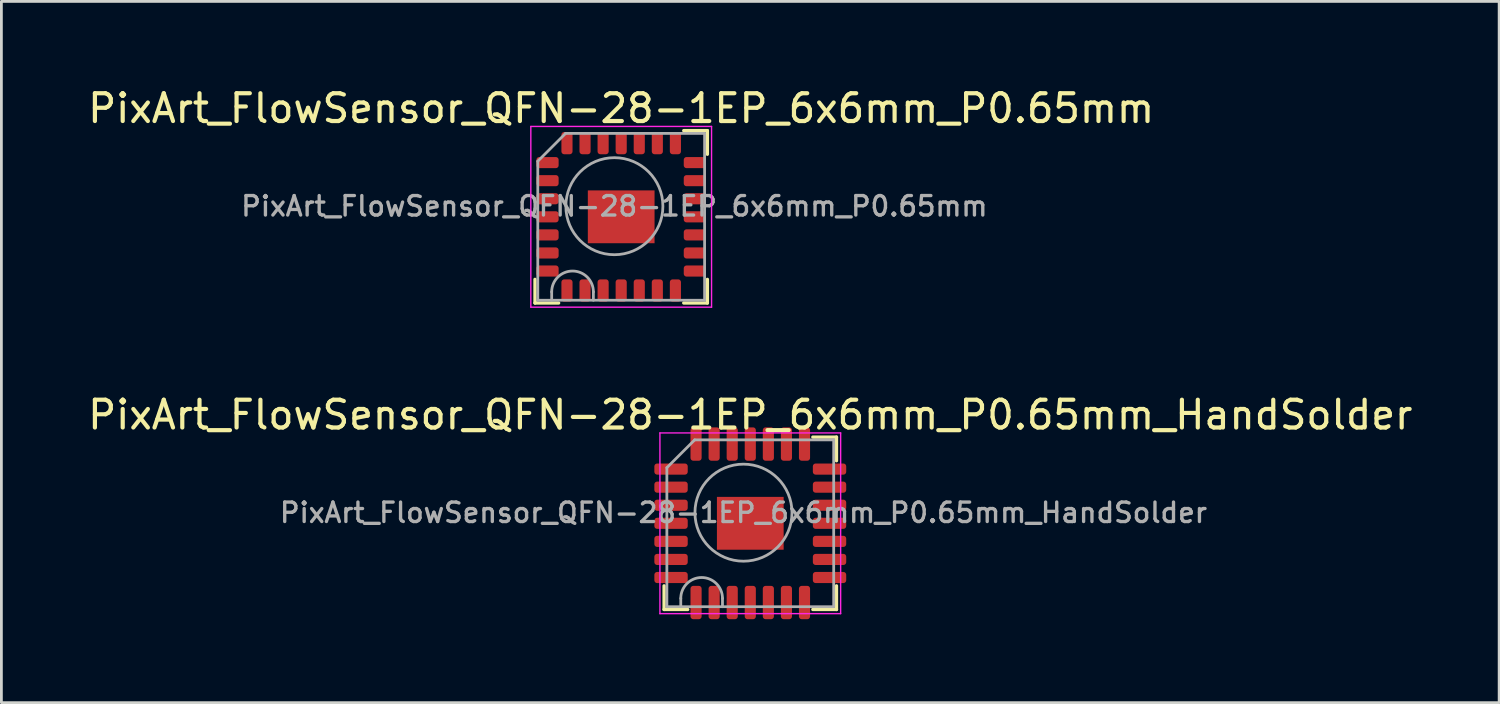
<source format=kicad_pcb>
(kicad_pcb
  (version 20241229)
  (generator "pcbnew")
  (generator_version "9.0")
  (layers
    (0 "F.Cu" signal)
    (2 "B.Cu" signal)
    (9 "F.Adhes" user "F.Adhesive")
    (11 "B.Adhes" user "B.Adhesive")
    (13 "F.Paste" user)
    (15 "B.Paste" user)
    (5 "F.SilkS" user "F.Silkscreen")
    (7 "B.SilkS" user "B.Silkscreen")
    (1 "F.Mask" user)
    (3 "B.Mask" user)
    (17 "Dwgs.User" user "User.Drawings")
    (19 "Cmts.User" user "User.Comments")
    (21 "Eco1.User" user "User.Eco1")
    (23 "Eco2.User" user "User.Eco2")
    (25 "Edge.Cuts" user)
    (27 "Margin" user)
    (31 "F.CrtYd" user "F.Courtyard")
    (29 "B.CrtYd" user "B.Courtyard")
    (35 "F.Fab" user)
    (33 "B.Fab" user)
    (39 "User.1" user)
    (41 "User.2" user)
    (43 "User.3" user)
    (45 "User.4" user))
  (footprint "PixArt_FlowSensor_QFN-28-1EP_6x6mm_P0.65mm_HandSolder"
    (layer "F.Cu")
    (at 23.935 15.771)
    (property "Reference" "PixArt_FlowSensor_QFN-28-1EP_6x6mm_P0.65mm_HandSolder" (at 0 -3.9 0) (layer "F.SilkS") (effects (font (size 1 1) (thickness 0.15))))
    (attr smd)
    (fp_line (start -3.1 2.25) (end -3.1 3.1) (stroke (width 0.12) (type solid)) (layer "F.SilkS"))
    (fp_line (start -3.1 3.1) (end -2.25 3.1) (stroke (width 0.12) (type solid)) (layer "F.SilkS"))
    (fp_line (start 2.25 -3.1) (end 3.1 -3.1) (stroke (width 0.12) (type solid)) (layer "F.SilkS"))
    (fp_line (start 3.1 -3.1) (end 3.1 -2.25) (stroke (width 0.12) (type solid)) (layer "F.SilkS"))
    (fp_line (start 3.1 2.25) (end 3.1 3.1) (stroke (width 0.12) (type solid)) (layer "F.SilkS"))
    (fp_line (start 3.1 3.1) (end 2.25 3.1) (stroke (width 0.12) (type solid)) (layer "F.SilkS"))
    (fp_line (start -3.25 -3.25) (end 3.25 -3.25) (stroke (width 0.05) (type solid)) (layer "F.CrtYd"))
    (fp_line (start -3.25 3.25) (end -3.25 -3.25) (stroke (width 0.05) (type solid)) (layer "F.CrtYd"))
    (fp_line (start 3.25 -3.25) (end 3.25 3.25) (stroke (width 0.05) (type solid)) (layer "F.CrtYd"))
    (fp_line (start 3.25 3.25) (end -3.25 3.25) (stroke (width 0.05) (type solid)) (layer "F.CrtYd"))
    (fp_line (start -3 -2) (end -3 3) (stroke (width 0.1) (type solid)) (layer "F.Fab"))
    (fp_line (start -3 3) (end 3 3) (stroke (width 0.1) (type solid)) (layer "F.Fab"))
    (fp_line (start -2.5 2.7) (end -2.5 3) (stroke (width 0.1) (type solid)) (layer "F.Fab"))
    (fp_line (start -2 -3) (end -3 -2) (stroke (width 0.1) (type solid)) (layer "F.Fab"))
    (fp_line (start -1 2.7) (end -1 3) (stroke (width 0.1) (type solid)) (layer "F.Fab"))
    (fp_line (start 3 -3) (end -2 -3) (stroke (width 0.1) (type solid)) (layer "F.Fab"))
    (fp_line (start 3 3) (end 3 -3) (stroke (width 0.1) (type solid)) (layer "F.Fab"))
    (fp_arc (start -2.5 2.7) (mid -1.75 1.95) (end -1 2.7) (stroke (width 0.1) (type solid)) (layer "F.Fab"))
    (fp_circle (center -0.245 -0.382) (end 1.5 -0.382) (stroke (width 0.1) (type solid)) (fill no) (layer "F.Fab"))
    (fp_text user "${REFERENCE}" (at -0.245 -0.382 0) (layer "F.Fab") (effects (font (size 0.7 0.7) (thickness 0.12))))
    (pad "" smd rect (at -0.6 0) (size 0.9 1.6) (layers "F.Paste"))
    (pad "" smd rect (at 0.6 0) (size 0.9 1.6) (layers "F.Paste"))
    (pad "1" smd roundrect (at -2.85 -1.95) (size 1.2 0.4) (layers "F.Cu" "F.Mask" "F.Paste") (roundrect_rratio 0.25))
    (pad "2" smd roundrect (at -2.85 -1.3) (size 1.2 0.4) (layers "F.Cu" "F.Mask" "F.Paste") (roundrect_rratio 0.25))
    (pad "3" smd roundrect (at -2.85 -0.65) (size 1.2 0.4) (layers "F.Cu" "F.Mask" "F.Paste") (roundrect_rratio 0.25))
    (pad "4" smd roundrect (at -2.85 0) (size 1.2 0.4) (layers "F.Cu" "F.Mask" "F.Paste") (roundrect_rratio 0.25))
    (pad "5" smd roundrect (at -2.85 0.65) (size 1.2 0.4) (layers "F.Cu" "F.Mask" "F.Paste") (roundrect_rratio 0.25))
    (pad "6" smd roundrect (at -2.85 1.3) (size 1.2 0.4) (layers "F.Cu" "F.Mask" "F.Paste") (roundrect_rratio 0.25))
    (pad "7" smd roundrect (at -2.85 1.95) (size 1.2 0.4) (layers "F.Cu" "F.Mask" "F.Paste") (roundrect_rratio 0.25))
    (pad "8" smd roundrect (at -1.95 2.85 90) (size 1.2 0.4) (layers "F.Cu" "F.Mask" "F.Paste") (roundrect_rratio 0.25))
    (pad "9" smd roundrect (at -1.3 2.85 90) (size 1.2 0.4) (layers "F.Cu" "F.Mask" "F.Paste") (roundrect_rratio 0.25))
    (pad "10" smd roundrect (at -0.65 2.85 90) (size 1.2 0.4) (layers "F.Cu" "F.Mask" "F.Paste") (roundrect_rratio 0.25))
    (pad "11" smd roundrect (at 0 2.85 90) (size 1.2 0.4) (layers "F.Cu" "F.Mask" "F.Paste") (roundrect_rratio 0.25))
    (pad "12" smd roundrect (at 0.65 2.85 90) (size 1.2 0.4) (layers "F.Cu" "F.Mask" "F.Paste") (roundrect_rratio 0.25))
    (pad "13" smd roundrect (at 1.3 2.85 90) (size 1.2 0.4) (layers "F.Cu" "F.Mask" "F.Paste") (roundrect_rratio 0.25))
    (pad "14" smd roundrect (at 1.95 2.85 90) (size 1.2 0.4) (layers "F.Cu" "F.Mask" "F.Paste") (roundrect_rratio 0.25))
    (pad "15" smd roundrect (at 2.85 1.95) (size 1.2 0.4) (layers "F.Cu" "F.Mask" "F.Paste") (roundrect_rratio 0.25))
    (pad "16" smd roundrect (at 2.85 1.3) (size 1.2 0.4) (layers "F.Cu" "F.Mask" "F.Paste") (roundrect_rratio 0.25))
    (pad "17" smd roundrect (at 2.85 0.65) (size 1.2 0.4) (layers "F.Cu" "F.Mask" "F.Paste") (roundrect_rratio 0.25))
    (pad "18" smd roundrect (at 2.85 0) (size 1.2 0.4) (layers "F.Cu" "F.Mask" "F.Paste") (roundrect_rratio 0.25))
    (pad "19" smd roundrect (at 2.85 -0.65) (size 1.2 0.4) (layers "F.Cu" "F.Mask" "F.Paste") (roundrect_rratio 0.25))
    (pad "20" smd roundrect (at 2.85 -1.3) (size 1.2 0.4) (layers "F.Cu" "F.Mask" "F.Paste") (roundrect_rratio 0.25))
    (pad "21" smd roundrect (at 2.85 -1.95) (size 1.2 0.4) (layers "F.Cu" "F.Mask" "F.Paste") (roundrect_rratio 0.25))
    (pad "22" smd roundrect (at 1.95 -2.85 90) (size 1.2 0.4) (layers "F.Cu" "F.Mask" "F.Paste") (roundrect_rratio 0.25))
    (pad "23" smd roundrect (at 1.3 -2.85 90) (size 1.2 0.4) (layers "F.Cu" "F.Mask" "F.Paste") (roundrect_rratio 0.25))
    (pad "24" smd roundrect (at 0.65 -2.85 90) (size 1.2 0.4) (layers "F.Cu" "F.Mask" "F.Paste") (roundrect_rratio 0.25))
    (pad "25" smd roundrect (at 0 -2.85 90) (size 1.2 0.4) (layers "F.Cu" "F.Mask" "F.Paste") (roundrect_rratio 0.25))
    (pad "26" smd roundrect (at -0.65 -2.85 90) (size 1.2 0.4) (layers "F.Cu" "F.Mask" "F.Paste") (roundrect_rratio 0.25))
    (pad "27" smd roundrect (at -1.3 -2.85 90) (size 1.2 0.4) (layers "F.Cu" "F.Mask" "F.Paste") (roundrect_rratio 0.25))
    (pad "28" smd roundrect (at -1.95 -2.85 90) (size 1.2 0.4) (layers "F.Cu" "F.Mask" "F.Paste") (roundrect_rratio 0.25))
    (pad "29" smd rect (at 0 0) (size 2.4 1.9) (layers "F.Cu" "F.Mask")))
  (footprint "PixArt_FlowSensor_QFN-28-1EP_6x6mm_P0.65mm"
    (layer "F.Cu")
    (at 19.292 4.748)
    (property "Reference" "PixArt_FlowSensor_QFN-28-1EP_6x6mm_P0.65mm" (at 0 -3.9 0) (layer "F.SilkS") (effects (font (size 1 1) (thickness 0.15))))
    (attr smd)
    (fp_line (start -3.1 2.25) (end -3.1 3.1) (stroke (width 0.12) (type solid)) (layer "F.SilkS"))
    (fp_line (start -3.1 3.1) (end -2.25 3.1) (stroke (width 0.12) (type solid)) (layer "F.SilkS"))
    (fp_line (start 2.25 -3.1) (end 3.1 -3.1) (stroke (width 0.12) (type solid)) (layer "F.SilkS"))
    (fp_line (start 3.1 -3.1) (end 3.1 -2.25) (stroke (width 0.12) (type solid)) (layer "F.SilkS"))
    (fp_line (start 3.1 2.25) (end 3.1 3.1) (stroke (width 0.12) (type solid)) (layer "F.SilkS"))
    (fp_line (start 3.1 3.1) (end 2.25 3.1) (stroke (width 0.12) (type solid)) (layer "F.SilkS"))
    (fp_line (start -3.25 -3.25) (end 3.25 -3.25) (stroke (width 0.05) (type solid)) (layer "F.CrtYd"))
    (fp_line (start -3.25 3.25) (end -3.25 -3.25) (stroke (width 0.05) (type solid)) (layer "F.CrtYd"))
    (fp_line (start 3.25 -3.25) (end 3.25 3.25) (stroke (width 0.05) (type solid)) (layer "F.CrtYd"))
    (fp_line (start 3.25 3.25) (end -3.25 3.25) (stroke (width 0.05) (type solid)) (layer "F.CrtYd"))
    (fp_line (start -3 -2) (end -3 3) (stroke (width 0.1) (type solid)) (layer "F.Fab"))
    (fp_line (start -3 3) (end 3 3) (stroke (width 0.1) (type solid)) (layer "F.Fab"))
    (fp_line (start -2.5 2.7) (end -2.5 3) (stroke (width 0.1) (type solid)) (layer "F.Fab"))
    (fp_line (start -2 -3) (end -3 -2) (stroke (width 0.1) (type solid)) (layer "F.Fab"))
    (fp_line (start -1 2.7) (end -1 3) (stroke (width 0.1) (type solid)) (layer "F.Fab"))
    (fp_line (start 3 -3) (end -2 -3) (stroke (width 0.1) (type solid)) (layer "F.Fab"))
    (fp_line (start 3 3) (end 3 -3) (stroke (width 0.1) (type solid)) (layer "F.Fab"))
    (fp_arc (start -2.5 2.7) (mid -1.75 1.95) (end -1 2.7) (stroke (width 0.1) (type solid)) (layer "F.Fab"))
    (fp_circle (center -0.245 -0.382) (end 1.5 -0.382) (stroke (width 0.1) (type solid)) (fill no) (layer "F.Fab"))
    (fp_text user "${REFERENCE}" (at -0.245 -0.382 0) (layer "F.Fab") (effects (font (size 0.7 0.7) (thickness 0.12))))
    (pad "" smd rect (at -0.6 0) (size 0.9 1.6) (layers "F.Paste"))
    (pad "" smd rect (at 0.6 0) (size 0.9 1.6) (layers "F.Paste"))
    (pad "1" smd roundrect (at -2.65 -1.95) (size 0.8 0.4) (layers "F.Cu" "F.Mask" "F.Paste") (roundrect_rratio 0.25))
    (pad "2" smd roundrect (at -2.65 -1.3) (size 0.8 0.4) (layers "F.Cu" "F.Mask" "F.Paste") (roundrect_rratio 0.25))
    (pad "3" smd roundrect (at -2.65 -0.65) (size 0.8 0.4) (layers "F.Cu" "F.Mask" "F.Paste") (roundrect_rratio 0.25))
    (pad "4" smd roundrect (at -2.65 0) (size 0.8 0.4) (layers "F.Cu" "F.Mask" "F.Paste") (roundrect_rratio 0.25))
    (pad "5" smd roundrect (at -2.65 0.65) (size 0.8 0.4) (layers "F.Cu" "F.Mask" "F.Paste") (roundrect_rratio 0.25))
    (pad "6" smd roundrect (at -2.65 1.3) (size 0.8 0.4) (layers "F.Cu" "F.Mask" "F.Paste") (roundrect_rratio 0.25))
    (pad "7" smd roundrect (at -2.65 1.95) (size 0.8 0.4) (layers "F.Cu" "F.Mask" "F.Paste") (roundrect_rratio 0.25))
    (pad "8" smd roundrect (at -1.95 2.65 90) (size 0.8 0.4) (layers "F.Cu" "F.Mask" "F.Paste") (roundrect_rratio 0.25))
    (pad "9" smd roundrect (at -1.3 2.65 90) (size 0.8 0.4) (layers "F.Cu" "F.Mask" "F.Paste") (roundrect_rratio 0.25))
    (pad "10" smd roundrect (at -0.65 2.65 90) (size 0.8 0.4) (layers "F.Cu" "F.Mask" "F.Paste") (roundrect_rratio 0.25))
    (pad "11" smd roundrect (at 0 2.65 90) (size 0.8 0.4) (layers "F.Cu" "F.Mask" "F.Paste") (roundrect_rratio 0.25))
    (pad "12" smd roundrect (at 0.65 2.65 90) (size 0.8 0.4) (layers "F.Cu" "F.Mask" "F.Paste") (roundrect_rratio 0.25))
    (pad "13" smd roundrect (at 1.3 2.65 90) (size 0.8 0.4) (layers "F.Cu" "F.Mask" "F.Paste") (roundrect_rratio 0.25))
    (pad "14" smd roundrect (at 1.95 2.65 90) (size 0.8 0.4) (layers "F.Cu" "F.Mask" "F.Paste") (roundrect_rratio 0.25))
    (pad "15" smd roundrect (at 2.65 1.95) (size 0.8 0.4) (layers "F.Cu" "F.Mask" "F.Paste") (roundrect_rratio 0.25))
    (pad "16" smd roundrect (at 2.65 1.3) (size 0.8 0.4) (layers "F.Cu" "F.Mask" "F.Paste") (roundrect_rratio 0.25))
    (pad "17" smd roundrect (at 2.65 0.65) (size 0.8 0.4) (layers "F.Cu" "F.Mask" "F.Paste") (roundrect_rratio 0.25))
    (pad "18" smd roundrect (at 2.65 0) (size 0.8 0.4) (layers "F.Cu" "F.Mask" "F.Paste") (roundrect_rratio 0.25))
    (pad "19" smd roundrect (at 2.65 -0.65) (size 0.8 0.4) (layers "F.Cu" "F.Mask" "F.Paste") (roundrect_rratio 0.25))
    (pad "20" smd roundrect (at 2.65 -1.3) (size 0.8 0.4) (layers "F.Cu" "F.Mask" "F.Paste") (roundrect_rratio 0.25))
    (pad "21" smd roundrect (at 2.65 -1.95) (size 0.8 0.4) (layers "F.Cu" "F.Mask" "F.Paste") (roundrect_rratio 0.25))
    (pad "22" smd roundrect (at 1.95 -2.65 90) (size 0.8 0.4) (layers "F.Cu" "F.Mask" "F.Paste") (roundrect_rratio 0.25))
    (pad "23" smd roundrect (at 1.3 -2.65 90) (size 0.8 0.4) (layers "F.Cu" "F.Mask" "F.Paste") (roundrect_rratio 0.25))
    (pad "24" smd roundrect (at 0.65 -2.65 90) (size 0.8 0.4) (layers "F.Cu" "F.Mask" "F.Paste") (roundrect_rratio 0.25))
    (pad "25" smd roundrect (at 0 -2.65 90) (size 0.8 0.4) (layers "F.Cu" "F.Mask" "F.Paste") (roundrect_rratio 0.25))
    (pad "26" smd roundrect (at -0.65 -2.65 90) (size 0.8 0.4) (layers "F.Cu" "F.Mask" "F.Paste") (roundrect_rratio 0.25))
    (pad "27" smd roundrect (at -1.3 -2.65 90) (size 0.8 0.4) (layers "F.Cu" "F.Mask" "F.Paste") (roundrect_rratio 0.25))
    (pad "28" smd roundrect (at -1.95 -2.65 90) (size 0.8 0.4) (layers "F.Cu" "F.Mask" "F.Paste") (roundrect_rratio 0.25))
    (pad "29" smd rect (at 0 0) (size 2.4 1.9) (layers "F.Cu" "F.Mask")))
  (gr_rect
    (start -3 -3)
    (end 50.869 22.221)
    (stroke (width 0.1) (type default))
    (fill no)
    (layer "Edge.Cuts")))
</source>
